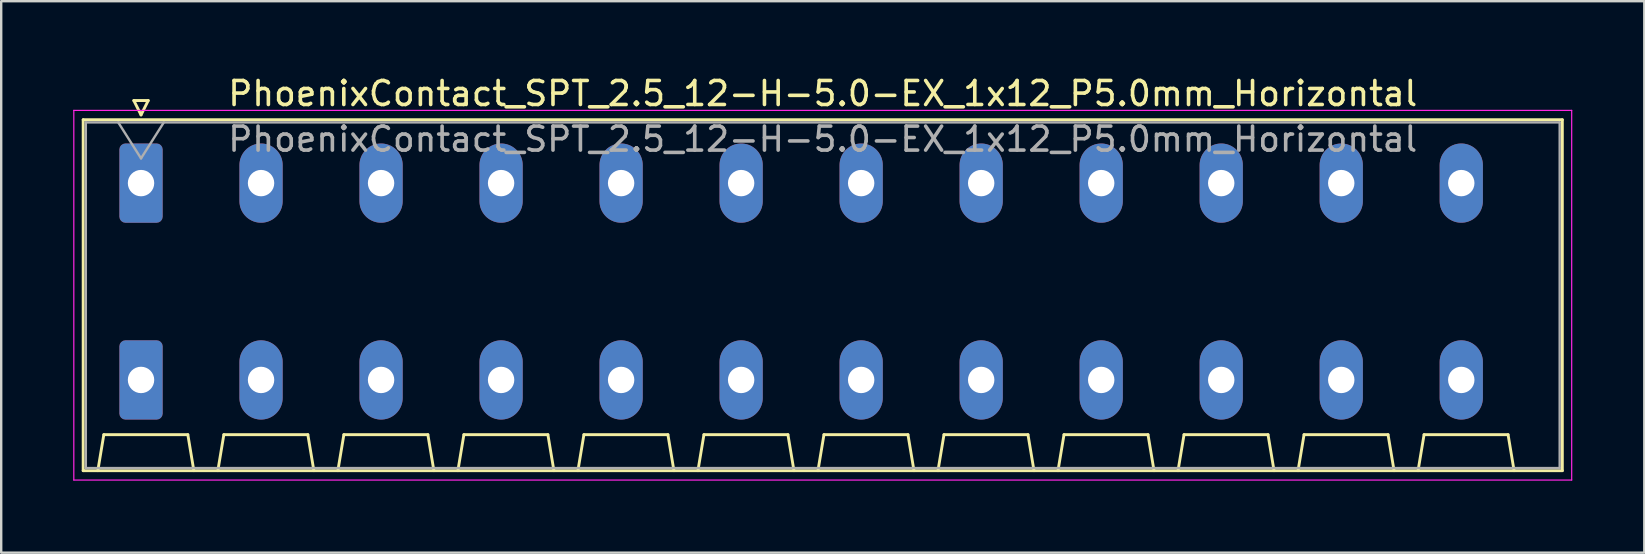
<source format=kicad_pcb>
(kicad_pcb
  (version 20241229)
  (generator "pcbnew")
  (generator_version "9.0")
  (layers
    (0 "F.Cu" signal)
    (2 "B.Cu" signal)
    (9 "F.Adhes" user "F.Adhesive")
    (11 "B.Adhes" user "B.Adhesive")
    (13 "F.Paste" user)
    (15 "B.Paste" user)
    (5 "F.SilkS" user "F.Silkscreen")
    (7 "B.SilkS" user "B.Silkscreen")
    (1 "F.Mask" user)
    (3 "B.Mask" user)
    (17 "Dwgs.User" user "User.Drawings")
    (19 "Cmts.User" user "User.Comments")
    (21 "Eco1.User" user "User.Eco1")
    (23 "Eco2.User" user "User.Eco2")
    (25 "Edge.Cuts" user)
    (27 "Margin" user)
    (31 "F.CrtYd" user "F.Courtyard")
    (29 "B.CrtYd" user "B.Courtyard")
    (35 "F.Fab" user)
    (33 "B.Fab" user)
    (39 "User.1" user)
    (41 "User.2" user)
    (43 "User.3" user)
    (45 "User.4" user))
  (footprint "PhoenixContact_SPT_2.5_12-H-5.0-EX_1x12_P5.0mm_Horizontal"
    (layer "F.Cu")
    (at 2.825 4.578)
    (property "Reference" "PhoenixContact_SPT_2.5_12-H-5.0-EX_1x12_P5.0mm_Horizontal" (at 28.4 -3.73 0) (layer "F.SilkS") (effects (font (size 1 1) (thickness 0.15))))
    (attr through_hole)
    (fp_line (start -2.41 -2.64) (end 59.21 -2.64) (stroke (width 0.12) (type solid)) (layer "F.SilkS"))
    (fp_line (start -2.41 11.98) (end -2.41 -2.64) (stroke (width 0.12) (type solid)) (layer "F.SilkS"))
    (fp_line (start -1.8 11.98) (end -1.55 10.48) (stroke (width 0.12) (type solid)) (layer "F.SilkS"))
    (fp_line (start -1.55 10.48) (end 1.95 10.48) (stroke (width 0.12) (type solid)) (layer "F.SilkS"))
    (fp_line (start -0.3 -3.44) (end 0 -2.84) (stroke (width 0.12) (type solid)) (layer "F.SilkS"))
    (fp_line (start -0.3 -3.44) (end 0.3 -3.44) (stroke (width 0.12) (type solid)) (layer "F.SilkS"))
    (fp_line (start 0.3 -3.44) (end 0 -2.84) (stroke (width 0.12) (type solid)) (layer "F.SilkS"))
    (fp_line (start 2.2 11.98) (end 1.95 10.48) (stroke (width 0.12) (type solid)) (layer "F.SilkS"))
    (fp_line (start 3.2 11.98) (end 3.45 10.48) (stroke (width 0.12) (type solid)) (layer "F.SilkS"))
    (fp_line (start 3.45 10.48) (end 6.95 10.48) (stroke (width 0.12) (type solid)) (layer "F.SilkS"))
    (fp_line (start 7.2 11.98) (end 6.95 10.48) (stroke (width 0.12) (type solid)) (layer "F.SilkS"))
    (fp_line (start 8.2 11.98) (end 8.45 10.48) (stroke (width 0.12) (type solid)) (layer "F.SilkS"))
    (fp_line (start 8.45 10.48) (end 11.95 10.48) (stroke (width 0.12) (type solid)) (layer "F.SilkS"))
    (fp_line (start 12.2 11.98) (end 11.95 10.48) (stroke (width 0.12) (type solid)) (layer "F.SilkS"))
    (fp_line (start 13.2 11.98) (end 13.45 10.48) (stroke (width 0.12) (type solid)) (layer "F.SilkS"))
    (fp_line (start 13.45 10.48) (end 16.95 10.48) (stroke (width 0.12) (type solid)) (layer "F.SilkS"))
    (fp_line (start 17.2 11.98) (end 16.95 10.48) (stroke (width 0.12) (type solid)) (layer "F.SilkS"))
    (fp_line (start 18.2 11.98) (end 18.45 10.48) (stroke (width 0.12) (type solid)) (layer "F.SilkS"))
    (fp_line (start 18.45 10.48) (end 21.95 10.48) (stroke (width 0.12) (type solid)) (layer "F.SilkS"))
    (fp_line (start 22.2 11.98) (end 21.95 10.48) (stroke (width 0.12) (type solid)) (layer "F.SilkS"))
    (fp_line (start 23.2 11.98) (end 23.45 10.48) (stroke (width 0.12) (type solid)) (layer "F.SilkS"))
    (fp_line (start 23.45 10.48) (end 26.95 10.48) (stroke (width 0.12) (type solid)) (layer "F.SilkS"))
    (fp_line (start 27.2 11.98) (end 26.95 10.48) (stroke (width 0.12) (type solid)) (layer "F.SilkS"))
    (fp_line (start 28.2 11.98) (end 28.45 10.48) (stroke (width 0.12) (type solid)) (layer "F.SilkS"))
    (fp_line (start 28.45 10.48) (end 31.95 10.48) (stroke (width 0.12) (type solid)) (layer "F.SilkS"))
    (fp_line (start 32.2 11.98) (end 31.95 10.48) (stroke (width 0.12) (type solid)) (layer "F.SilkS"))
    (fp_line (start 33.2 11.98) (end 33.45 10.48) (stroke (width 0.12) (type solid)) (layer "F.SilkS"))
    (fp_line (start 33.45 10.48) (end 36.95 10.48) (stroke (width 0.12) (type solid)) (layer "F.SilkS"))
    (fp_line (start 37.2 11.98) (end 36.95 10.48) (stroke (width 0.12) (type solid)) (layer "F.SilkS"))
    (fp_line (start 38.2 11.98) (end 38.45 10.48) (stroke (width 0.12) (type solid)) (layer "F.SilkS"))
    (fp_line (start 38.45 10.48) (end 41.95 10.48) (stroke (width 0.12) (type solid)) (layer "F.SilkS"))
    (fp_line (start 42.2 11.98) (end 41.95 10.48) (stroke (width 0.12) (type solid)) (layer "F.SilkS"))
    (fp_line (start 43.2 11.98) (end 43.45 10.48) (stroke (width 0.12) (type solid)) (layer "F.SilkS"))
    (fp_line (start 43.45 10.48) (end 46.95 10.48) (stroke (width 0.12) (type solid)) (layer "F.SilkS"))
    (fp_line (start 47.2 11.98) (end 46.95 10.48) (stroke (width 0.12) (type solid)) (layer "F.SilkS"))
    (fp_line (start 48.2 11.98) (end 48.45 10.48) (stroke (width 0.12) (type solid)) (layer "F.SilkS"))
    (fp_line (start 48.45 10.48) (end 51.95 10.48) (stroke (width 0.12) (type solid)) (layer "F.SilkS"))
    (fp_line (start 52.2 11.98) (end 51.95 10.48) (stroke (width 0.12) (type solid)) (layer "F.SilkS"))
    (fp_line (start 53.2 11.98) (end 53.45 10.48) (stroke (width 0.12) (type solid)) (layer "F.SilkS"))
    (fp_line (start 53.45 10.48) (end 56.95 10.48) (stroke (width 0.12) (type solid)) (layer "F.SilkS"))
    (fp_line (start 57.2 11.98) (end 56.95 10.48) (stroke (width 0.12) (type solid)) (layer "F.SilkS"))
    (fp_line (start 59.21 -2.64) (end 59.21 11.98) (stroke (width 0.12) (type solid)) (layer "F.SilkS"))
    (fp_line (start 59.21 11.98) (end -2.41 11.98) (stroke (width 0.12) (type solid)) (layer "F.SilkS"))
    (fp_line (start -2.8 -3.03) (end -2.8 12.37) (stroke (width 0.05) (type solid)) (layer "F.CrtYd"))
    (fp_line (start -2.8 12.37) (end 59.6 12.37) (stroke (width 0.05) (type solid)) (layer "F.CrtYd"))
    (fp_line (start 59.6 -3.03) (end -2.8 -3.03) (stroke (width 0.05) (type solid)) (layer "F.CrtYd"))
    (fp_line (start 59.6 12.37) (end 59.6 -3.03) (stroke (width 0.05) (type solid)) (layer "F.CrtYd"))
    (fp_line (start -2.3 -2.53) (end -2.3 11.87) (stroke (width 0.1) (type solid)) (layer "F.Fab"))
    (fp_line (start -2.3 11.87) (end 59.1 11.87) (stroke (width 0.1) (type solid)) (layer "F.Fab"))
    (fp_line (start -0.95 -2.53) (end 0 -1.03) (stroke (width 0.1) (type solid)) (layer "F.Fab"))
    (fp_line (start 0.95 -2.53) (end 0 -1.03) (stroke (width 0.1) (type solid)) (layer "F.Fab"))
    (fp_line (start 59.1 -2.53) (end -2.3 -2.53) (stroke (width 0.1) (type solid)) (layer "F.Fab"))
    (fp_line (start 59.1 11.87) (end 59.1 -2.53) (stroke (width 0.1) (type solid)) (layer "F.Fab"))
    (fp_text user "${REFERENCE}" (at 28.4 -1.83 0) (layer "F.Fab") (effects (font (size 1 1) (thickness 0.15))))
    (pad "1" thru_hole roundrect (at 0 0) (size 1.8 3.3) (drill 1.1) (layers "*.Cu" "*.Mask") (roundrect_rratio 0.139))
    (pad "1" thru_hole roundrect (at 0 8.2) (size 1.8 3.3) (drill 1.1) (layers "*.Cu" "*.Mask") (roundrect_rratio 0.139))
    (pad "2" thru_hole oval (at 5 0) (size 1.8 3.3) (drill 1.1) (layers "*.Cu" "*.Mask"))
    (pad "2" thru_hole oval (at 5 8.2) (size 1.8 3.3) (drill 1.1) (layers "*.Cu" "*.Mask"))
    (pad "3" thru_hole oval (at 10 0) (size 1.8 3.3) (drill 1.1) (layers "*.Cu" "*.Mask"))
    (pad "3" thru_hole oval (at 10 8.2) (size 1.8 3.3) (drill 1.1) (layers "*.Cu" "*.Mask"))
    (pad "4" thru_hole oval (at 15 0) (size 1.8 3.3) (drill 1.1) (layers "*.Cu" "*.Mask"))
    (pad "4" thru_hole oval (at 15 8.2) (size 1.8 3.3) (drill 1.1) (layers "*.Cu" "*.Mask"))
    (pad "5" thru_hole oval (at 20 0) (size 1.8 3.3) (drill 1.1) (layers "*.Cu" "*.Mask"))
    (pad "5" thru_hole oval (at 20 8.2) (size 1.8 3.3) (drill 1.1) (layers "*.Cu" "*.Mask"))
    (pad "6" thru_hole oval (at 25 0) (size 1.8 3.3) (drill 1.1) (layers "*.Cu" "*.Mask"))
    (pad "6" thru_hole oval (at 25 8.2) (size 1.8 3.3) (drill 1.1) (layers "*.Cu" "*.Mask"))
    (pad "7" thru_hole oval (at 30 0) (size 1.8 3.3) (drill 1.1) (layers "*.Cu" "*.Mask"))
    (pad "7" thru_hole oval (at 30 8.2) (size 1.8 3.3) (drill 1.1) (layers "*.Cu" "*.Mask"))
    (pad "8" thru_hole oval (at 35 0) (size 1.8 3.3) (drill 1.1) (layers "*.Cu" "*.Mask"))
    (pad "8" thru_hole oval (at 35 8.2) (size 1.8 3.3) (drill 1.1) (layers "*.Cu" "*.Mask"))
    (pad "9" thru_hole oval (at 40 0) (size 1.8 3.3) (drill 1.1) (layers "*.Cu" "*.Mask"))
    (pad "9" thru_hole oval (at 40 8.2) (size 1.8 3.3) (drill 1.1) (layers "*.Cu" "*.Mask"))
    (pad "10" thru_hole oval (at 45 0) (size 1.8 3.3) (drill 1.1) (layers "*.Cu" "*.Mask"))
    (pad "10" thru_hole oval (at 45 8.2) (size 1.8 3.3) (drill 1.1) (layers "*.Cu" "*.Mask"))
    (pad "11" thru_hole oval (at 50 0) (size 1.8 3.3) (drill 1.1) (layers "*.Cu" "*.Mask"))
    (pad "11" thru_hole oval (at 50 8.2) (size 1.8 3.3) (drill 1.1) (layers "*.Cu" "*.Mask"))
    (pad "12" thru_hole oval (at 55 0) (size 1.8 3.3) (drill 1.1) (layers "*.Cu" "*.Mask"))
    (pad "12" thru_hole oval (at 55 8.2) (size 1.8 3.3) (drill 1.1) (layers "*.Cu" "*.Mask")))
  (gr_rect
    (start -3 -3)
    (end 65.45 19.973)
    (stroke (width 0.1) (type default))
    (fill no)
    (layer "Edge.Cuts")))
</source>
